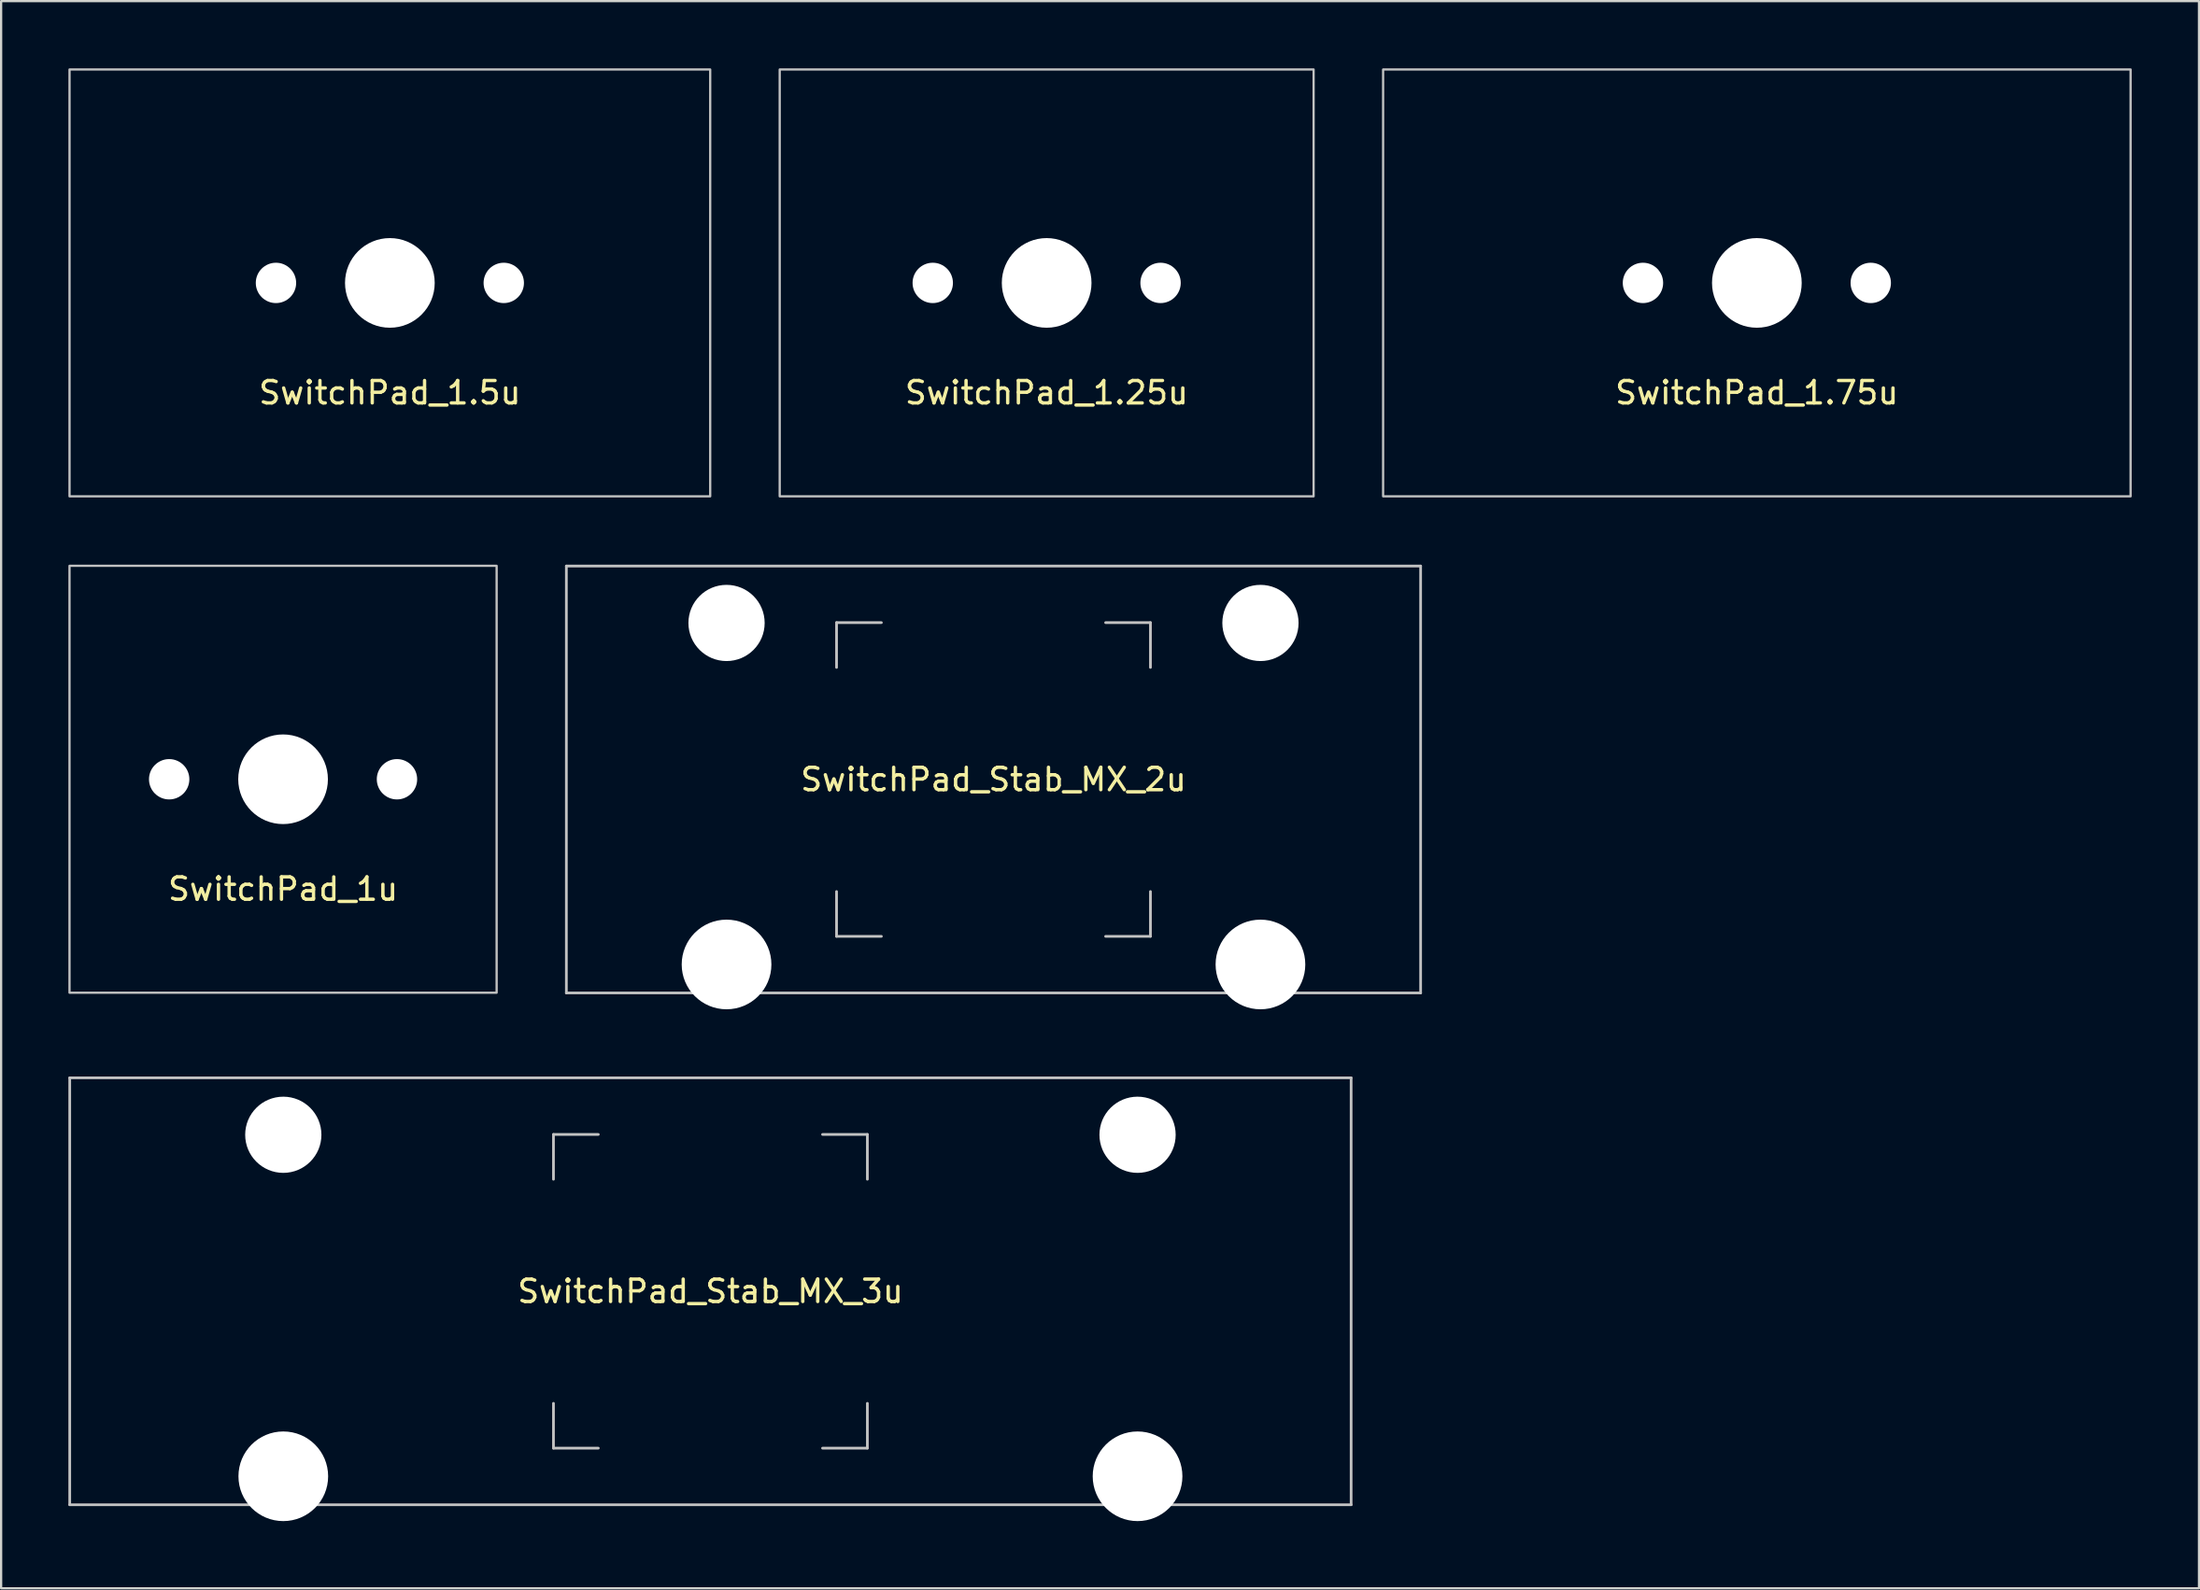
<source format=kicad_pcb>
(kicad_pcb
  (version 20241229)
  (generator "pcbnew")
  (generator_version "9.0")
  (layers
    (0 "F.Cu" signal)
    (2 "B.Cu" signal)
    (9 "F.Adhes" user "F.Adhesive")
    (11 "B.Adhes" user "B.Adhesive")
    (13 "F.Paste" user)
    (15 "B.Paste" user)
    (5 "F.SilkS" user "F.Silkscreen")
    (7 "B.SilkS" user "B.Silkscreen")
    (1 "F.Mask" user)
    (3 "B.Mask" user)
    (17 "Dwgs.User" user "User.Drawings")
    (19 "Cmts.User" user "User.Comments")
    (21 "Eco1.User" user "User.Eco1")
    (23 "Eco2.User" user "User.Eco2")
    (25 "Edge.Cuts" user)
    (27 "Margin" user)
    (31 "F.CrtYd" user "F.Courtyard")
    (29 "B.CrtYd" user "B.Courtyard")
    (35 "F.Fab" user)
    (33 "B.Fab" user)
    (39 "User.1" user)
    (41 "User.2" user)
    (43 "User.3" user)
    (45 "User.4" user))
  (footprint "SwitchPad_1.5u"
    (layer "F.Cu")
    (at 14.338 9.575)
    (property "Reference" "SwitchPad_1.5u" (at 0 4.9 0) (layer "F.SilkS") (effects (font (size 1 1) (thickness 0.15))))
    (attr smd)
    (fp_rect (start -14.287 -9.525) (end 14.287 9.525) (stroke (width 0.1) (type default)) (fill no) (layer "Dwgs.User"))
    (pad "" np_thru_hole circle (at -5.08 0) (size 1.8 1.8) (drill 1.8) (layers "*.Cu" "*.Mask"))
    (pad "" np_thru_hole circle (at 0 0) (size 4 4) (drill 4) (layers "*.Cu" "*.Mask"))
    (pad "" np_thru_hole circle (at 5.08 0) (size 1.8 1.8) (drill 1.8) (layers "*.Cu" "*.Mask")))
  (footprint "SwitchPad_1.25u"
    (layer "F.Cu")
    (at 43.631 9.575)
    (property "Reference" "SwitchPad_1.25u" (at 0 4.9 0) (layer "F.SilkS") (effects (font (size 1 1) (thickness 0.15))))
    (attr smd)
    (fp_rect (start -11.906 -9.525) (end 11.906 9.525) (stroke (width 0.1) (type default)) (fill no) (layer "Dwgs.User"))
    (pad "" np_thru_hole circle (at -5.08 0) (size 1.8 1.8) (drill 1.8) (layers "*.Cu" "*.Mask"))
    (pad "" np_thru_hole circle (at 0 0) (size 4 4) (drill 4) (layers "*.Cu" "*.Mask"))
    (pad "" np_thru_hole circle (at 5.08 0) (size 1.8 1.8) (drill 1.8) (layers "*.Cu" "*.Mask")))
  (footprint "SwitchPad_1u"
    (layer "F.Cu")
    (at 9.575 31.725)
    (property "Reference" "SwitchPad_1u" (at 0 4.9 0) (layer "F.SilkS") (effects (font (size 1 1) (thickness 0.15))))
    (attr smd)
    (fp_rect (start -9.525 -9.525) (end 9.525 9.525) (stroke (width 0.1) (type default)) (fill no) (layer "Dwgs.User"))
    (pad "" np_thru_hole circle (at -5.08 0) (size 1.8 1.8) (drill 1.8) (layers "*.Cu" "*.Mask"))
    (pad "" np_thru_hole circle (at 0 0) (size 4 4) (drill 4) (layers "*.Cu" "*.Mask"))
    (pad "" np_thru_hole circle (at 5.08 0) (size 1.8 1.8) (drill 1.8) (layers "*.Cu" "*.Mask")))
  (footprint "SwitchPad_1.75u"
    (layer "F.Cu")
    (at 75.306 9.575)
    (property "Reference" "SwitchPad_1.75u" (at 0 4.9 0) (layer "F.SilkS") (effects (font (size 1 1) (thickness 0.15))))
    (attr smd)
    (fp_rect (start -16.669 -9.525) (end 16.669 9.525) (stroke (width 0.1) (type default)) (fill no) (layer "Dwgs.User"))
    (pad "" np_thru_hole circle (at -5.08 0) (size 1.8 1.8) (drill 1.8) (layers "*.Cu" "*.Mask"))
    (pad "" np_thru_hole circle (at 0 0) (size 4 4) (drill 4) (layers "*.Cu" "*.Mask"))
    (pad "" np_thru_hole circle (at 5.08 0) (size 1.8 1.8) (drill 1.8) (layers "*.Cu" "*.Mask")))
  (footprint "SwitchPad_Stab_MX_2u"
    (layer "F.Cu")
    (at 41.26 31.735)
    (property "Reference" "SwitchPad_Stab_MX_2u" (at 0 0 0) (layer "F.SilkS") (effects (font (size 1 1) (thickness 0.15))))
    (attr through_hole exclude_from_pos_files exclude_from_bom)
    (fp_line (start -19.05 -9.525) (end -19.05 9.525) (stroke (width 0.12) (type solid)) (layer "Dwgs.User"))
    (fp_line (start -19.05 -9.525) (end 19.05 -9.525) (stroke (width 0.12) (type solid)) (layer "Dwgs.User"))
    (fp_line (start -19.05 9.525) (end 19.05 9.525) (stroke (width 0.12) (type solid)) (layer "Dwgs.User"))
    (fp_line (start -7 -7) (end -5 -7) (stroke (width 0.12) (type solid)) (layer "Dwgs.User"))
    (fp_line (start -7 -5) (end -7 -7) (stroke (width 0.12) (type solid)) (layer "Dwgs.User"))
    (fp_line (start -7 7) (end -7 5) (stroke (width 0.12) (type solid)) (layer "Dwgs.User"))
    (fp_line (start -5 7) (end -7 7) (stroke (width 0.12) (type solid)) (layer "Dwgs.User"))
    (fp_line (start 5 -7) (end 7 -7) (stroke (width 0.12) (type solid)) (layer "Dwgs.User"))
    (fp_line (start 5 7) (end 7 7) (stroke (width 0.12) (type solid)) (layer "Dwgs.User"))
    (fp_line (start 7 -7) (end 7 -5) (stroke (width 0.12) (type solid)) (layer "Dwgs.User"))
    (fp_line (start 7 7) (end 7 5) (stroke (width 0.12) (type solid)) (layer "Dwgs.User"))
    (fp_line (start 19.05 -9.525) (end 19.05 9.525) (stroke (width 0.12) (type solid)) (layer "Dwgs.User"))
    (pad "" np_thru_hole circle (at -11.906 -6.985) (size 3.4 3.4) (drill 3.4) (layers "*.Cu" "*.Mask"))
    (pad "" np_thru_hole circle (at -11.906 8.255) (size 4 4) (drill 4) (layers "*.Cu" "*.Mask"))
    (pad "" np_thru_hole circle (at 11.906 -6.985) (size 3.4 3.4) (drill 3.4) (layers "*.Cu" "*.Mask"))
    (pad "" np_thru_hole circle (at 11.906 8.255) (size 4 4) (drill 4) (layers "*.Cu" "*.Mask")))
  (footprint "SwitchPad_Stab_MX_3u"
    (layer "F.Cu")
    (at 28.635 54.575)
    (property "Reference" "SwitchPad_Stab_MX_3u" (at 0 0 0) (layer "F.SilkS") (effects (font (size 1 1) (thickness 0.15))))
    (attr through_hole exclude_from_pos_files exclude_from_bom)
    (fp_line (start -28.575 -9.525) (end -28.575 9.525) (stroke (width 0.12) (type solid)) (layer "Dwgs.User"))
    (fp_line (start -28.575 -9.525) (end 28.575 -9.525) (stroke (width 0.12) (type solid)) (layer "Dwgs.User"))
    (fp_line (start -28.575 9.525) (end 28.575 9.525) (stroke (width 0.12) (type solid)) (layer "Dwgs.User"))
    (fp_line (start -7 -7) (end -5 -7) (stroke (width 0.12) (type solid)) (layer "Dwgs.User"))
    (fp_line (start -7 -5) (end -7 -7) (stroke (width 0.12) (type solid)) (layer "Dwgs.User"))
    (fp_line (start -7 7) (end -7 5) (stroke (width 0.12) (type solid)) (layer "Dwgs.User"))
    (fp_line (start -5 7) (end -7 7) (stroke (width 0.12) (type solid)) (layer "Dwgs.User"))
    (fp_line (start 5 -7) (end 7 -7) (stroke (width 0.12) (type solid)) (layer "Dwgs.User"))
    (fp_line (start 5 7) (end 7 7) (stroke (width 0.12) (type solid)) (layer "Dwgs.User"))
    (fp_line (start 7 -7) (end 7 -5) (stroke (width 0.12) (type solid)) (layer "Dwgs.User"))
    (fp_line (start 7 7) (end 7 5) (stroke (width 0.12) (type solid)) (layer "Dwgs.User"))
    (fp_line (start 28.575 -9.525) (end 28.575 9.525) (stroke (width 0.12) (type solid)) (layer "Dwgs.User"))
    (pad "" np_thru_hole circle (at -19.05 -6.985) (size 3.4 3.4) (drill 3.4) (layers "*.Cu" "*.Mask"))
    (pad "" np_thru_hole circle (at -19.05 8.255) (size 4 4) (drill 4) (layers "*.Cu" "*.Mask"))
    (pad "" np_thru_hole circle (at 19.05 -6.985) (size 3.4 3.4) (drill 3.4) (layers "*.Cu" "*.Mask"))
    (pad "" np_thru_hole circle (at 19.05 8.255) (size 4 4) (drill 4) (layers "*.Cu" "*.Mask")))
  (gr_rect
    (start -3 -3)
    (end 95.025 67.83)
    (stroke (width 0.1) (type default))
    (fill no)
    (layer "Edge.Cuts")))
</source>
